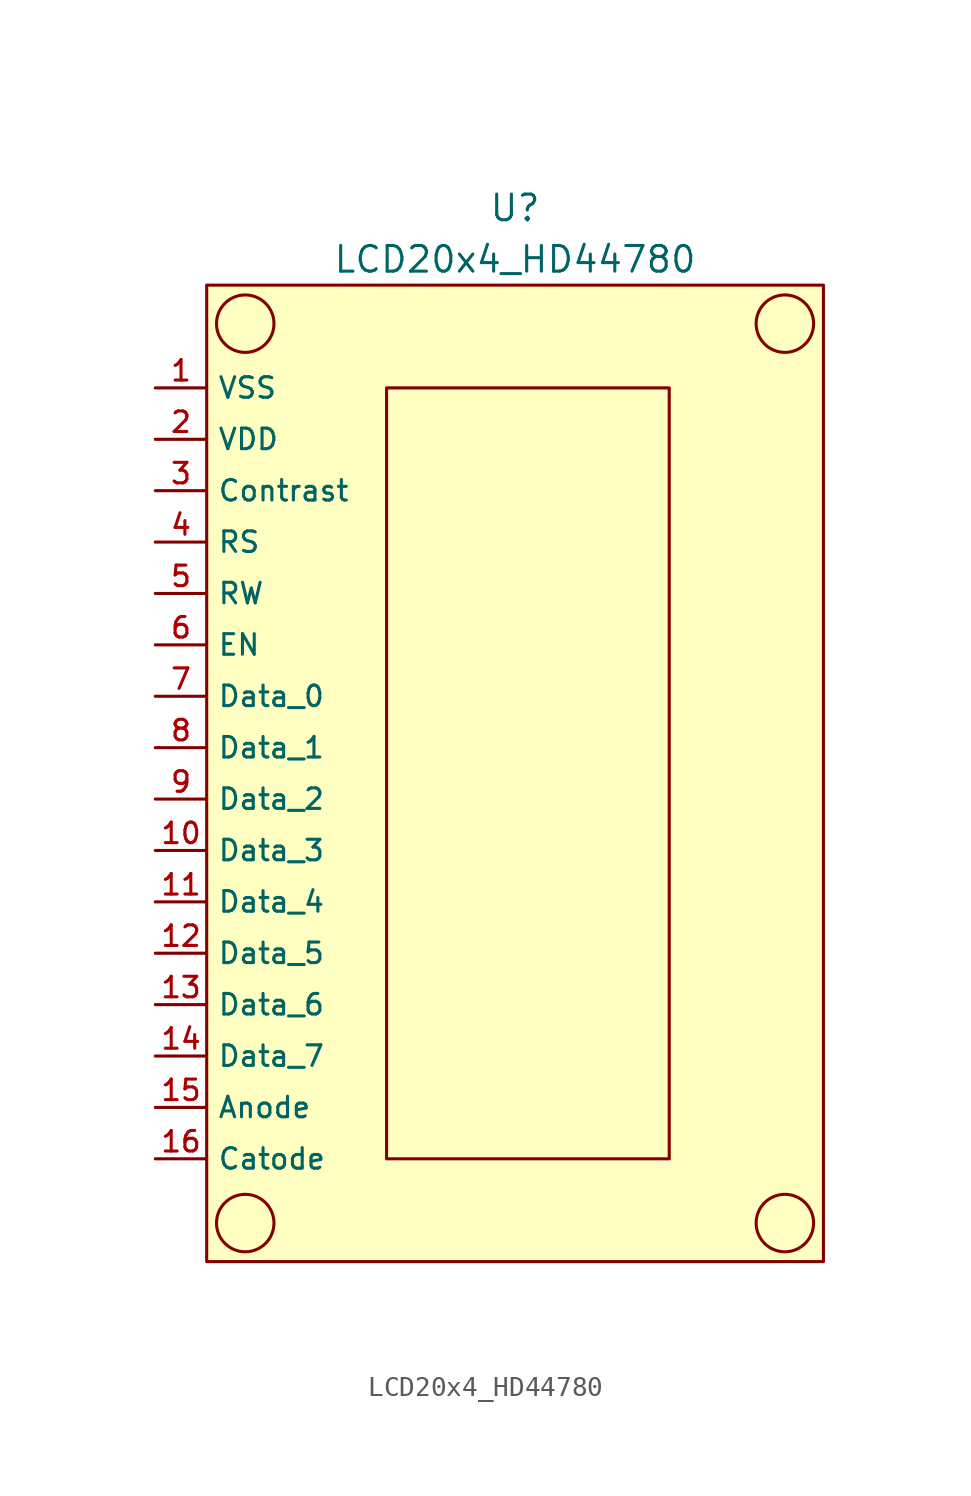
<source format=kicad_sym>
(kicad_symbol_lib
  (version 20211014)
  (generator kicad_symbol_editor)
  (symbol "LCD20x4_HD44780"
    (property "Reference" "U"
      (at 0 27.94 0)
      (effects (font (size 1.27 1.27))))
    (property "Value" "LCD20x4_HD44780"
      (at 0 25.4 0)
      (effects (font (size 1.27 1.27))))
    (symbol "LCD20x4_HD44780_0_0"
      (pin bidirectional line (at -17.78 19.05 0) (length 2.54) (name "VSS" (effects (font (size 1.016 1.016)))) (number "1" (effects (font (size 1.016 1.016)))))
      (pin bidirectional line (at -17.78 -3.81 0) (length 2.54) (name "Data_3" (effects (font (size 1.016 1.016)))) (number "10" (effects (font (size 1.016 1.016)))))
      (pin bidirectional line (at -17.78 -6.35 0) (length 2.54) (name "Data_4" (effects (font (size 1.016 1.016)))) (number "11" (effects (font (size 1.016 1.016)))))
      (pin bidirectional line (at -17.78 -8.89 0) (length 2.54) (name "Data_5" (effects (font (size 1.016 1.016)))) (number "12" (effects (font (size 1.016 1.016)))))
      (pin bidirectional line (at -17.78 -11.43 0) (length 2.54) (name "Data_6" (effects (font (size 1.016 1.016)))) (number "13" (effects (font (size 1.016 1.016)))))
      (pin bidirectional line (at -17.78 -13.97 0) (length 2.54) (name "Data_7" (effects (font (size 1.016 1.016)))) (number "14" (effects (font (size 1.016 1.016)))))
      (pin bidirectional line (at -17.78 -16.51 0) (length 2.54) (name "Anode" (effects (font (size 1.016 1.016)))) (number "15" (effects (font (size 1.016 1.016)))))
      (pin bidirectional line (at -17.78 -19.05 0) (length 2.54) (name "Catode" (effects (font (size 1.016 1.016)))) (number "16" (effects (font (size 1.016 1.016)))))
      (pin bidirectional line (at -17.78 16.51 0) (length 2.54) (name "VDD" (effects (font (size 1.016 1.016)))) (number "2" (effects (font (size 1.016 1.016)))))
      (pin bidirectional line (at -17.78 13.97 0) (length 2.54) (name "Contrast" (effects (font (size 1.016 1.016)))) (number "3" (effects (font (size 1.016 1.016)))))
      (pin bidirectional line (at -17.78 11.43 0) (length 2.54) (name "RS" (effects (font (size 1.016 1.016)))) (number "4" (effects (font (size 1.016 1.016)))))
      (pin bidirectional line (at -17.78 8.89 0) (length 2.54) (name "RW" (effects (font (size 1.016 1.016)))) (number "5" (effects (font (size 1.016 1.016)))))
      (pin bidirectional line (at -17.78 6.35 0) (length 2.54) (name "EN" (effects (font (size 1.016 1.016)))) (number "6" (effects (font (size 1.016 1.016)))))
      (pin bidirectional line (at -17.78 3.81 0) (length 2.54) (name "Data_0" (effects (font (size 1.016 1.016)))) (number "7" (effects (font (size 1.016 1.016)))))
      (pin bidirectional line (at -17.78 1.27 0) (length 2.54) (name "Data_1" (effects (font (size 1.016 1.016)))) (number "8" (effects (font (size 1.016 1.016)))))
      (pin bidirectional line (at -17.78 -1.27 0) (length 2.54) (name "Data_2" (effects (font (size 1.016 1.016)))) (number "9" (effects (font (size 1.016 1.016))))))
    (symbol "LCD20x4_HD44780_0_1"
      (rectangle (start -15.24 24.13) (end 15.24 -24.13) (stroke (width 0) (type default) (color 0 0 0 0)) (fill (type background)))
      (circle (center -13.335 -22.225) (radius 1.42) (stroke (width 0) (type default) (color 0 0 0 0)) (fill (type none)))
      (circle (center -13.335 22.225) (radius 1.42) (stroke (width 0) (type default) (color 0 0 0 0)) (fill (type none)))
      (rectangle (start -6.35 19.05) (end 7.62 -19.05) (stroke (width 0) (type default) (color 0 0 0 0)) (fill (type none)))
      (circle (center 13.335 -22.225) (radius 1.42) (stroke (width 0) (type default) (color 0 0 0 0)) (fill (type none)))
      (circle (center 13.335 22.225) (radius 1.42) (stroke (width 0) (type default) (color 0 0 0 0)) (fill (type none))))))
</source>
